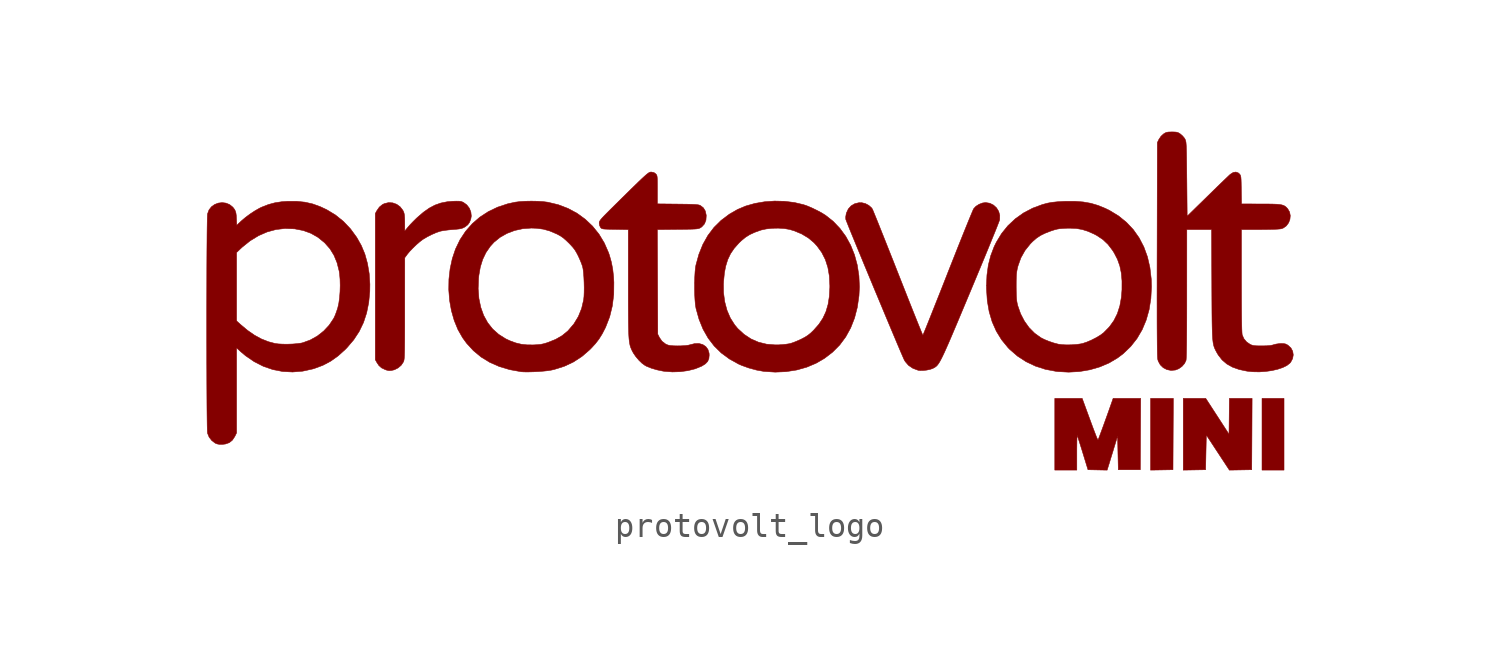
<source format=kicad_sym>
(kicad_symbol_lib
  (version 20241209)
  (generator "kicad_symbol_editor")
  (generator_version "9.0")
  (symbol "protovolt_logo"
    (pin_names
      (offset 1.016))
    (property "Reference" "#G"
      (at 0 6.729 0)
      (effects (font (size 1.27 1.27)) (hide yes)))
    (symbol "protovolt_logo_0_0"
      (polyline (pts (xy -21.552 -5.502) (xy -21.395 -5.447) (xy -21.271 -5.347) (xy -21.172 -5.198) (xy -21.1 -5.051) (xy -21.1 -3.328) (xy -21.1 -1.605) (xy -20.935 -1.756) (xy -20.728 -1.93) (xy -20.379 -2.168) (xy -20.011 -2.354) (xy -19.628 -2.485) (xy -19.233 -2.562) (xy -18.828 -2.583) (xy -18.418 -2.549) (xy -18.005 -2.458) (xy -17.943 -2.439) (xy -17.599 -2.311) (xy -17.284 -2.144) (xy -16.986 -1.932) (xy -16.695 -1.67) (xy -16.622 -1.595) (xy -16.351 -1.277) (xy -16.13 -0.94) (xy -15.956 -0.579) (xy -15.828 -0.19) (xy -15.743 0.232) (xy -15.7 0.69) (xy -15.696 0.975) (xy -15.724 1.404) (xy -15.793 1.815) (xy -15.9 2.199) (xy -16.045 2.546) (xy -16.229 2.873) (xy -16.481 3.218) (xy -16.77 3.523) (xy -17.093 3.783) (xy -17.446 3.996) (xy -17.704 4.117) (xy -18.015 4.23) (xy -18.328 4.301) (xy -18.658 4.335) (xy -19.022 4.336) (xy -19.268 4.319) (xy -19.547 4.276) (xy -19.81 4.205) (xy -20.076 4.101) (xy -20.165 4.059) (xy -20.353 3.952) (xy -20.551 3.822) (xy -20.741 3.681) (xy -20.904 3.542) (xy -21.093 3.365) (xy -21.105 3.633) (xy -21.112 3.761) (xy -21.126 3.864) (xy -21.149 3.941) (xy -21.183 4.009) (xy -21.251 4.098) (xy -21.38 4.202) (xy -21.527 4.263) (xy -21.684 4.283) (xy -21.841 4.264) (xy -21.989 4.207) (xy -22.117 4.115) (xy -22.216 3.988) (xy -22.276 3.828) (xy -22.278 3.816) (xy -22.282 3.746) (xy -22.286 3.624) (xy -22.289 3.454) (xy -22.293 3.24) (xy -22.296 2.985) (xy -22.298 2.694) (xy -22.301 2.37) (xy -22.303 2.018) (xy -22.305 1.641) (xy -22.306 1.243) (xy -22.307 0.829) (xy -22.308 0.401) (xy -22.309 -0.035) (xy -22.309 -0.477) (xy -22.309 -0.512) (xy -21.1 -0.512) (xy -21.1 0.874) (xy -21.1 2.26) (xy -20.949 2.405) (xy -20.872 2.477) (xy -20.55 2.735) (xy -20.213 2.941) (xy -19.863 3.094) (xy -19.503 3.192) (xy -19.135 3.235) (xy -18.763 3.221) (xy -18.729 3.217) (xy -18.392 3.151) (xy -18.086 3.039) (xy -17.806 2.88) (xy -17.545 2.669) (xy -17.521 2.646) (xy -17.314 2.412) (xy -17.151 2.147) (xy -17.027 1.847) (xy -16.941 1.507) (xy -16.924 1.395) (xy -16.905 1.172) (xy -16.899 0.925) (xy -16.906 0.67) (xy -16.925 0.423) (xy -16.956 0.202) (xy -16.997 0.02) (xy -17.009 -0.018) (xy -17.054 -0.152) (xy -17.101 -0.277) (xy -17.142 -0.369) (xy -17.17 -0.422) (xy -17.347 -0.686) (xy -17.567 -0.921) (xy -17.823 -1.123) (xy -18.107 -1.283) (xy -18.41 -1.395) (xy -18.483 -1.412) (xy -18.643 -1.434) (xy -18.832 -1.449) (xy -19.035 -1.456) (xy -19.232 -1.454) (xy -19.409 -1.444) (xy -19.546 -1.425) (xy -19.81 -1.355) (xy -20.096 -1.242) (xy -20.375 -1.09) (xy -20.657 -0.894) (xy -20.949 -0.649) (xy -21.1 -0.512) (xy -22.309 -0.512) (xy -22.309 -0.92) (xy -22.309 -1.361) (xy -22.308 -1.794) (xy -22.308 -2.217) (xy -22.306 -2.626) (xy -22.305 -3.016) (xy -22.303 -3.384) (xy -22.301 -3.726) (xy -22.299 -4.038) (xy -22.296 -4.316) (xy -22.293 -4.555) (xy -22.29 -4.753) (xy -22.286 -4.905) (xy -22.282 -5.008) (xy -22.278 -5.056) (xy -22.276 -5.066) (xy -22.212 -5.223) (xy -22.104 -5.362) (xy -21.967 -5.466) (xy -21.892 -5.498) (xy -21.799 -5.515) (xy -21.671 -5.515) (xy -21.552 -5.502)) (stroke (width 0.01) (type default)) (fill (type outline)))
      (polyline (pts (xy -14.841 -2.524) (xy -14.73 -2.5) (xy -14.698 -2.491) (xy -14.552 -2.417) (xy -14.425 -2.307) (xy -14.337 -2.174) (xy -14.329 -2.156) (xy -14.32 -2.127) (xy -14.312 -2.092) (xy -14.305 -2.044) (xy -14.3 -1.981) (xy -14.295 -1.897) (xy -14.292 -1.789) (xy -14.289 -1.653) (xy -14.287 -1.484) (xy -14.285 -1.278) (xy -14.284 -1.031) (xy -14.283 -0.739) (xy -14.283 -0.398) (xy -14.283 -0.004) (xy -14.282 2.049) (xy -14.184 2.182) (xy -14.174 2.197) (xy -14.076 2.312) (xy -13.95 2.443) (xy -13.812 2.576) (xy -13.678 2.693) (xy -13.563 2.781) (xy -13.543 2.795) (xy -13.378 2.893) (xy -13.194 2.987) (xy -13.013 3.066) (xy -12.856 3.12) (xy -12.776 3.138) (xy -12.644 3.159) (xy -12.49 3.178) (xy -12.333 3.192) (xy -12.195 3.203) (xy -12.075 3.216) (xy -11.988 3.233) (xy -11.919 3.257) (xy -11.855 3.29) (xy -11.829 3.306) (xy -11.727 3.386) (xy -11.657 3.484) (xy -11.605 3.62) (xy -11.585 3.739) (xy -11.603 3.903) (xy -11.665 4.058) (xy -11.767 4.191) (xy -11.902 4.29) (xy -11.959 4.316) (xy -12.018 4.333) (xy -12.092 4.341) (xy -12.194 4.342) (xy -12.339 4.337) (xy -12.566 4.317) (xy -12.821 4.266) (xy -13.059 4.182) (xy -13.291 4.059) (xy -13.527 3.892) (xy -13.776 3.678) (xy -13.831 3.626) (xy -13.948 3.51) (xy -14.058 3.396) (xy -14.142 3.3) (xy -14.282 3.132) (xy -14.283 3.472) (xy -14.283 3.521) (xy -14.287 3.67) (xy -14.296 3.779) (xy -14.312 3.86) (xy -14.337 3.927) (xy -14.36 3.972) (xy -14.469 4.113) (xy -14.609 4.215) (xy -14.77 4.273) (xy -14.94 4.283) (xy -15.11 4.242) (xy -15.188 4.203) (xy -15.313 4.101) (xy -15.414 3.955) (xy -15.476 3.84) (xy -15.476 0.877) (xy -15.476 -2.085) (xy -15.404 -2.212) (xy -15.33 -2.321) (xy -15.22 -2.418) (xy -15.072 -2.488) (xy -15.014 -2.508) (xy -14.926 -2.526) (xy -14.841 -2.524)) (stroke (width 0.01) (type default)) (fill (type outline)))
      (polyline (pts (xy -9.219 -2.579) (xy -9.026 -2.573) (xy -8.827 -2.562) (xy -8.636 -2.546) (xy -8.47 -2.528) (xy -8.342 -2.507) (xy -8.219 -2.479) (xy -7.817 -2.352) (xy -7.446 -2.178) (xy -7.105 -1.956) (xy -6.788 -1.683) (xy -6.738 -1.633) (xy -6.558 -1.439) (xy -6.411 -1.249) (xy -6.281 -1.041) (xy -6.155 -0.797) (xy -6.136 -0.756) (xy -5.976 -0.344) (xy -5.869 0.095) (xy -5.811 0.559) (xy -5.806 1.05) (xy -5.819 1.284) (xy -5.853 1.59) (xy -5.908 1.873) (xy -5.986 2.15) (xy -6.022 2.255) (xy -6.193 2.646) (xy -6.409 3.004) (xy -6.668 3.326) (xy -6.965 3.608) (xy -7.298 3.85) (xy -7.664 4.047) (xy -8.06 4.198) (xy -8.483 4.299) (xy -8.488 4.3) (xy -8.678 4.324) (xy -8.904 4.338) (xy -9.149 4.343) (xy -9.392 4.338) (xy -9.617 4.324) (xy -9.803 4.301) (xy -10.111 4.234) (xy -10.52 4.098) (xy -10.897 3.917) (xy -11.241 3.693) (xy -11.548 3.426) (xy -11.816 3.121) (xy -12.043 2.778) (xy -12.225 2.4) (xy -12.355 2.013) (xy -12.444 1.601) (xy -12.492 1.176) (xy -12.498 0.793) (xy -11.307 0.793) (xy -11.291 1.215) (xy -11.279 1.331) (xy -11.219 1.675) (xy -11.124 1.98) (xy -10.992 2.256) (xy -10.818 2.509) (xy -10.663 2.679) (xy -10.418 2.877) (xy -10.137 3.036) (xy -9.828 3.153) (xy -9.495 3.226) (xy -9.148 3.251) (xy -8.936 3.243) (xy -8.663 3.206) (xy -8.402 3.132) (xy -8.129 3.016) (xy -8.105 3.005) (xy -7.982 2.938) (xy -7.874 2.865) (xy -7.765 2.773) (xy -7.636 2.65) (xy -7.585 2.598) (xy -7.477 2.482) (xy -7.395 2.377) (xy -7.325 2.265) (xy -7.254 2.129) (xy -7.221 2.058) (xy -7.159 1.918) (xy -7.107 1.785) (xy -7.073 1.683) (xy -7.054 1.589) (xy -7.036 1.437) (xy -7.022 1.254) (xy -7.013 1.053) (xy -7.008 0.848) (xy -7.01 0.652) (xy -7.017 0.48) (xy -7.031 0.344) (xy -7.113 -0.008) (xy -7.246 -0.336) (xy -7.428 -0.635) (xy -7.658 -0.904) (xy -7.681 -0.927) (xy -7.905 -1.11) (xy -8.166 -1.26) (xy -8.472 -1.383) (xy -8.529 -1.402) (xy -8.659 -1.44) (xy -8.778 -1.464) (xy -8.91 -1.477) (xy -9.076 -1.485) (xy -9.323 -1.483) (xy -9.557 -1.458) (xy -9.78 -1.405) (xy -10.014 -1.32) (xy -10.19 -1.238) (xy -10.475 -1.058) (xy -10.72 -0.839) (xy -10.923 -0.582) (xy -11.084 -0.289) (xy -11.202 0.039) (xy -11.277 0.4) (xy -11.307 0.793) (xy -12.498 0.793) (xy -12.498 0.745) (xy -12.465 0.318) (xy -12.391 -0.097) (xy -12.278 -0.493) (xy -12.127 -0.862) (xy -11.938 -1.194) (xy -11.775 -1.418) (xy -11.498 -1.72) (xy -11.185 -1.978) (xy -10.836 -2.192) (xy -10.449 -2.362) (xy -10.026 -2.488) (xy -9.565 -2.571) (xy -9.526 -2.575) (xy -9.391 -2.58) (xy -9.219 -2.579)) (stroke (width 0.01) (type default)) (fill (type outline)))
      (polyline (pts (xy -3.112 -2.57) (xy -2.8 -2.527) (xy -2.511 -2.454) (xy -2.259 -2.352) (xy -2.232 -2.338) (xy -2.094 -2.25) (xy -2.004 -2.155) (xy -1.956 -2.041) (xy -1.942 -1.899) (xy -1.947 -1.819) (xy -1.993 -1.669) (xy -2.08 -1.552) (xy -2.201 -1.471) (xy -2.352 -1.429) (xy -2.525 -1.431) (xy -2.715 -1.478) (xy -2.79 -1.497) (xy -2.918 -1.513) (xy -3.071 -1.522) (xy -3.234 -1.525) (xy -3.39 -1.521) (xy -3.522 -1.51) (xy -3.613 -1.491) (xy -3.711 -1.448) (xy -3.855 -1.336) (xy -3.961 -1.184) (xy -4.027 -1.05) (xy -4.035 1.07) (xy -4.044 3.19) (xy -3.216 3.199) (xy -2.998 3.201) (xy -2.803 3.204) (xy -2.652 3.207) (xy -2.538 3.212) (xy -2.455 3.218) (xy -2.395 3.227) (xy -2.352 3.238) (xy -2.318 3.252) (xy -2.286 3.271) (xy -2.241 3.302) (xy -2.134 3.42) (xy -2.074 3.57) (xy -2.062 3.75) (xy -2.064 3.78) (xy -2.101 3.945) (xy -2.178 4.072) (xy -2.296 4.164) (xy -2.326 4.178) (xy -2.369 4.19) (xy -2.428 4.199) (xy -2.511 4.207) (xy -2.625 4.212) (xy -2.775 4.217) (xy -2.97 4.22) (xy -3.215 4.223) (xy -4.042 4.232) (xy -4.042 4.807) (xy -4.042 4.95) (xy -4.043 5.11) (xy -4.045 5.226) (xy -4.05 5.308) (xy -4.058 5.363) (xy -4.071 5.4) (xy -4.088 5.427) (xy -4.112 5.452) (xy -4.18 5.501) (xy -4.289 5.523) (xy -4.309 5.522) (xy -4.334 5.518) (xy -4.363 5.508) (xy -4.398 5.488) (xy -4.442 5.456) (xy -4.499 5.41) (xy -4.572 5.345) (xy -4.664 5.26) (xy -4.778 5.152) (xy -4.917 5.017) (xy -5.085 4.854) (xy -5.284 4.658) (xy -5.518 4.428) (xy -5.789 4.16) (xy -5.946 4.005) (xy -6.088 3.863) (xy -6.197 3.752) (xy -6.277 3.667) (xy -6.333 3.602) (xy -6.369 3.553) (xy -6.389 3.515) (xy -6.398 3.482) (xy -6.4 3.449) (xy -6.386 3.359) (xy -6.346 3.275) (xy -6.339 3.268) (xy -6.318 3.246) (xy -6.29 3.23) (xy -6.247 3.218) (xy -6.181 3.211) (xy -6.082 3.206) (xy -5.944 3.202) (xy -5.756 3.199) (xy -5.221 3.189) (xy -5.221 1.018) (xy -5.221 0.756) (xy -5.221 0.357) (xy -5.22 0.01) (xy -5.218 -0.291) (xy -5.216 -0.549) (xy -5.212 -0.769) (xy -5.207 -0.954) (xy -5.2 -1.109) (xy -5.191 -1.238) (xy -5.179 -1.344) (xy -5.165 -1.433) (xy -5.149 -1.509) (xy -5.129 -1.574) (xy -5.105 -1.635) (xy -5.079 -1.694) (xy -5.048 -1.756) (xy -5.013 -1.819) (xy -4.913 -1.964) (xy -4.792 -2.106) (xy -4.666 -2.228) (xy -4.548 -2.314) (xy -4.482 -2.35) (xy -4.29 -2.428) (xy -4.062 -2.495) (xy -3.814 -2.547) (xy -3.744 -2.557) (xy -3.431 -2.58) (xy -3.112 -2.57)) (stroke (width 0.01) (type default)) (fill (type outline)))
      (polyline (pts (xy 1.174 -2.569) (xy 1.603 -2.502) (xy 2.01 -2.388) (xy 2.388 -2.229) (xy 2.731 -2.03) (xy 3.06 -1.778) (xy 3.348 -1.488) (xy 3.592 -1.16) (xy 3.793 -0.795) (xy 3.95 -0.395) (xy 4.062 0.039) (xy 4.129 0.506) (xy 4.147 0.866) (xy 4.127 1.317) (xy 4.06 1.752) (xy 3.948 2.165) (xy 3.792 2.554) (xy 3.595 2.913) (xy 3.357 3.238) (xy 3.082 3.526) (xy 2.769 3.773) (xy 2.762 3.777) (xy 2.608 3.872) (xy 2.424 3.97) (xy 2.229 4.064) (xy 2.043 4.144) (xy 1.885 4.199) (xy 1.513 4.287) (xy 1.114 4.336) (xy 0.707 4.346) (xy 0.302 4.317) (xy -0.09 4.25) (xy -0.458 4.146) (xy -0.791 4.006) (xy -1.125 3.814) (xy -1.458 3.564) (xy -1.748 3.277) (xy -1.994 2.952) (xy -2.198 2.589) (xy -2.36 2.187) (xy -2.481 1.746) (xy -2.497 1.652) (xy -2.515 1.476) (xy -2.527 1.265) (xy -2.534 1.033) (xy -2.534 1.026) (xy -1.365 1.026) (xy -1.325 1.438) (xy -1.273 1.707) (xy -1.19 1.974) (xy -1.077 2.212) (xy -0.927 2.432) (xy -0.734 2.648) (xy -0.635 2.743) (xy -0.471 2.878) (xy -0.297 2.987) (xy -0.097 3.079) (xy 0.144 3.165) (xy 0.161 3.171) (xy 0.368 3.216) (xy 0.607 3.243) (xy 0.858 3.248) (xy 1.099 3.233) (xy 1.311 3.197) (xy 1.512 3.137) (xy 1.809 3.012) (xy 2.076 2.852) (xy 2.301 2.664) (xy 2.428 2.526) (xy 2.62 2.263) (xy 2.766 1.975) (xy 2.868 1.658) (xy 2.929 1.308) (xy 2.948 0.919) (xy 2.948 0.849) (xy 2.928 0.481) (xy 2.876 0.154) (xy 2.79 -0.138) (xy 2.667 -0.403) (xy 2.505 -0.648) (xy 2.3 -0.88) (xy 2.288 -0.893) (xy 2.166 -1.01) (xy 2.057 -1.097) (xy 1.941 -1.171) (xy 1.797 -1.247) (xy 1.727 -1.28) (xy 1.587 -1.341) (xy 1.454 -1.393) (xy 1.352 -1.426) (xy 1.294 -1.439) (xy 1.165 -1.458) (xy 1.014 -1.474) (xy 0.863 -1.483) (xy 0.737 -1.484) (xy 0.383 -1.455) (xy 0.055 -1.374) (xy -0.248 -1.242) (xy -0.528 -1.057) (xy -0.786 -0.82) (xy -0.908 -0.674) (xy -1.085 -0.396) (xy -1.22 -0.082) (xy -1.312 0.262) (xy -1.361 0.633) (xy -1.365 1.026) (xy -2.534 1.026) (xy -2.535 0.792) (xy -2.53 0.556) (xy -2.518 0.338) (xy -2.502 0.15) (xy -2.479 0.007) (xy -2.477 -0.004) (xy -2.354 -0.445) (xy -2.191 -0.847) (xy -1.986 -1.208) (xy -1.74 -1.529) (xy -1.452 -1.812) (xy -1.122 -2.055) (xy -0.75 -2.261) (xy -0.617 -2.319) (xy -0.329 -2.422) (xy -0.028 -2.504) (xy 0.259 -2.556) (xy 0.284 -2.559) (xy 0.732 -2.588) (xy 1.174 -2.569)) (stroke (width 0.01) (type default)) (fill (type outline)))
      (polyline (pts (xy 6.732 -2.521) (xy 6.873 -2.506) (xy 7.005 -2.479) (xy 7.107 -2.444) (xy 7.137 -2.43) (xy 7.178 -2.409) (xy 7.216 -2.386) (xy 7.253 -2.359) (xy 7.29 -2.325) (xy 7.328 -2.279) (xy 7.369 -2.22) (xy 7.415 -2.144) (xy 7.466 -2.048) (xy 7.525 -1.93) (xy 7.593 -1.786) (xy 7.671 -1.612) (xy 7.762 -1.407) (xy 7.865 -1.167) (xy 7.983 -0.889) (xy 8.118 -0.571) (xy 8.27 -0.208) (xy 8.442 0.202) (xy 8.635 0.662) (xy 8.766 0.976) (xy 8.921 1.348) (xy 9.069 1.704) (xy 9.209 2.041) (xy 9.338 2.354) (xy 9.455 2.64) (xy 9.559 2.896) (xy 9.649 3.116) (xy 9.722 3.299) (xy 9.777 3.44) (xy 9.813 3.535) (xy 9.829 3.581) (xy 9.832 3.6) (xy 9.836 3.771) (xy 9.791 3.931) (xy 9.704 4.072) (xy 9.581 4.184) (xy 9.432 4.258) (xy 9.262 4.285) (xy 9.138 4.268) (xy 8.995 4.214) (xy 8.869 4.133) (xy 8.779 4.037) (xy 8.777 4.032) (xy 8.752 3.98) (xy 8.709 3.879) (xy 8.648 3.733) (xy 8.571 3.546) (xy 8.48 3.322) (xy 8.376 3.065) (xy 8.261 2.778) (xy 8.136 2.466) (xy 8.004 2.132) (xy 7.865 1.781) (xy 7.721 1.417) (xy 7.686 1.326) (xy 7.545 0.968) (xy 7.41 0.626) (xy 7.282 0.305) (xy 7.164 0.008) (xy 7.057 -0.262) (xy 6.962 -0.5) (xy 6.88 -0.704) (xy 6.813 -0.869) (xy 6.763 -0.991) (xy 6.731 -1.067) (xy 6.718 -1.093) (xy 6.717 -1.091) (xy 6.699 -1.051) (xy 6.662 -0.962) (xy 6.607 -0.827) (xy 6.536 -0.652) (xy 6.45 -0.438) (xy 6.351 -0.191) (xy 6.24 0.087) (xy 6.119 0.392) (xy 5.99 0.719) (xy 5.853 1.066) (xy 5.71 1.428) (xy 5.676 1.514) (xy 5.534 1.876) (xy 5.396 2.222) (xy 5.266 2.55) (xy 5.145 2.855) (xy 5.034 3.133) (xy 4.935 3.381) (xy 4.849 3.595) (xy 4.777 3.771) (xy 4.723 3.904) (xy 4.686 3.992) (xy 4.668 4.03) (xy 4.634 4.077) (xy 4.525 4.172) (xy 4.389 4.244) (xy 4.245 4.279) (xy 4.133 4.28) (xy 3.961 4.24) (xy 3.813 4.154) (xy 3.697 4.026) (xy 3.621 3.863) (xy 3.614 3.837) (xy 3.592 3.71) (xy 3.594 3.606) (xy 3.598 3.596) (xy 3.62 3.537) (xy 3.662 3.431) (xy 3.721 3.282) (xy 3.797 3.095) (xy 3.888 2.874) (xy 3.991 2.623) (xy 4.105 2.347) (xy 4.228 2.049) (xy 4.357 1.735) (xy 4.493 1.408) (xy 4.632 1.073) (xy 4.773 0.733) (xy 4.915 0.394) (xy 5.054 0.06) (xy 5.19 -0.266) (xy 5.321 -0.579) (xy 5.445 -0.874) (xy 5.56 -1.147) (xy 5.664 -1.395) (xy 5.756 -1.612) (xy 5.834 -1.795) (xy 5.896 -1.938) (xy 5.94 -2.039) (xy 5.965 -2.093) (xy 6.004 -2.159) (xy 6.138 -2.314) (xy 6.314 -2.433) (xy 6.53 -2.514) (xy 6.605 -2.523) (xy 6.732 -2.521)) (stroke (width 0.01) (type default)) (fill (type outline)))
      (polyline (pts (xy 13.064 -2.565) (xy 13.488 -2.493) (xy 13.892 -2.376) (xy 14.27 -2.215) (xy 14.614 -2.011) (xy 14.846 -1.835) (xy 15.144 -1.548) (xy 15.398 -1.226) (xy 15.607 -0.869) (xy 15.771 -0.478) (xy 15.89 -0.056) (xy 15.961 0.396) (xy 15.986 0.877) (xy 15.976 1.192) (xy 15.922 1.654) (xy 15.822 2.087) (xy 15.676 2.487) (xy 15.485 2.855) (xy 15.25 3.188) (xy 14.971 3.484) (xy 14.65 3.744) (xy 14.288 3.964) (xy 14.117 4.048) (xy 13.822 4.169) (xy 13.526 4.256) (xy 13.216 4.31) (xy 12.88 4.336) (xy 12.503 4.335) (xy 12.44 4.333) (xy 12.172 4.317) (xy 11.954 4.294) (xy 11.778 4.262) (xy 11.567 4.206) (xy 11.169 4.058) (xy 10.801 3.865) (xy 10.466 3.627) (xy 10.168 3.348) (xy 9.911 3.03) (xy 9.696 2.676) (xy 9.607 2.493) (xy 9.47 2.131) (xy 9.373 1.753) (xy 9.317 1.347) (xy 9.298 0.919) (xy 10.502 0.919) (xy 10.503 1.113) (xy 10.506 1.263) (xy 10.513 1.383) (xy 10.525 1.484) (xy 10.542 1.579) (xy 10.565 1.679) (xy 10.575 1.718) (xy 10.692 2.045) (xy 10.859 2.343) (xy 11.076 2.613) (xy 11.17 2.708) (xy 11.324 2.842) (xy 11.487 2.951) (xy 11.675 3.043) (xy 11.903 3.131) (xy 11.917 3.136) (xy 12.049 3.179) (xy 12.16 3.208) (xy 12.268 3.226) (xy 12.395 3.237) (xy 12.559 3.245) (xy 12.679 3.247) (xy 12.941 3.235) (xy 13.179 3.193) (xy 13.413 3.119) (xy 13.664 3.007) (xy 13.771 2.95) (xy 14.016 2.787) (xy 14.224 2.59) (xy 14.407 2.35) (xy 14.476 2.24) (xy 14.608 1.984) (xy 14.703 1.716) (xy 14.763 1.427) (xy 14.791 1.108) (xy 14.79 0.748) (xy 14.767 0.45) (xy 14.704 0.098) (xy 14.603 -0.218) (xy 14.461 -0.501) (xy 14.276 -0.757) (xy 14.047 -0.99) (xy 14.04 -0.996) (xy 13.91 -1.092) (xy 13.744 -1.192) (xy 13.558 -1.287) (xy 13.372 -1.367) (xy 13.203 -1.424) (xy 13.129 -1.441) (xy 12.954 -1.466) (xy 12.755 -1.48) (xy 12.551 -1.484) (xy 12.363 -1.475) (xy 12.211 -1.455) (xy 12.207 -1.454) (xy 12.025 -1.406) (xy 11.831 -1.341) (xy 11.649 -1.267) (xy 11.5 -1.192) (xy 11.496 -1.189) (xy 11.248 -1.01) (xy 11.025 -0.785) (xy 10.835 -0.52) (xy 10.68 -0.223) (xy 10.567 0.101) (xy 10.564 0.112) (xy 10.542 0.203) (xy 10.526 0.293) (xy 10.515 0.394) (xy 10.508 0.517) (xy 10.504 0.674) (xy 10.502 0.877) (xy 10.502 0.919) (xy 9.298 0.919) (xy 9.298 0.906) (xy 9.299 0.786) (xy 9.33 0.306) (xy 9.407 -0.139) (xy 9.528 -0.549) (xy 9.696 -0.928) (xy 9.91 -1.276) (xy 10.17 -1.594) (xy 10.244 -1.67) (xy 10.555 -1.939) (xy 10.901 -2.164) (xy 11.278 -2.343) (xy 11.683 -2.474) (xy 12.114 -2.556) (xy 12.184 -2.565) (xy 12.627 -2.589) (xy 13.064 -2.565)) (stroke (width 0.01) (type default)) (fill (type outline)))
      (polyline (pts (xy 14.262 -6.322) (xy 14.276 -6.279) (xy 14.316 -6.146) (xy 14.366 -5.983) (xy 14.421 -5.806) (xy 14.474 -5.63) (xy 14.613 -5.176) (xy 14.627 -5.86) (xy 14.642 -6.544) (xy 15.088 -6.544) (xy 15.533 -6.544) (xy 15.541 -5.099) (xy 15.548 -3.653) (xy 14.99 -3.653) (xy 14.431 -3.653) (xy 14.404 -3.732) (xy 14.346 -3.896) (xy 14.267 -4.121) (xy 14.187 -4.345) (xy 14.109 -4.561) (xy 14.036 -4.764) (xy 13.969 -4.946) (xy 13.912 -5.1) (xy 13.867 -5.22) (xy 13.836 -5.299) (xy 13.822 -5.33) (xy 13.82 -5.332) (xy 13.812 -5.327) (xy 13.798 -5.306) (xy 13.778 -5.264) (xy 13.75 -5.197) (xy 13.712 -5.1) (xy 13.662 -4.97) (xy 13.599 -4.803) (xy 13.522 -4.594) (xy 13.428 -4.339) (xy 13.316 -4.034) (xy 13.177 -3.653) (xy 12.622 -3.653) (xy 12.067 -3.653) (xy 12.067 -5.106) (xy 12.067 -6.559) (xy 12.513 -6.559) (xy 12.959 -6.559) (xy 12.959 -5.849) (xy 12.959 -5.695) (xy 12.961 -5.517) (xy 12.963 -5.367) (xy 12.966 -5.251) (xy 12.97 -5.178) (xy 12.974 -5.155) (xy 12.983 -5.175) (xy 13.007 -5.244) (xy 13.043 -5.354) (xy 13.089 -5.498) (xy 13.143 -5.668) (xy 13.201 -5.857) (xy 13.412 -6.544) (xy 13.8 -6.552) (xy 14.188 -6.56) (xy 14.262 -6.322)) (stroke (width 0.01) (type default)) (fill (type outline)))
      (polyline (pts (xy 16.404 -6.552) (xy 16.857 -6.544) (xy 16.864 -5.099) (xy 16.872 -3.653) (xy 16.411 -3.653) (xy 15.95 -3.653) (xy 15.95 -5.107) (xy 15.95 -6.56) (xy 16.404 -6.552)) (stroke (width 0.01) (type default)) (fill (type outline)))
      (polyline (pts (xy 19.596 -6.552) (xy 20.049 -6.544) (xy 20.057 -5.099) (xy 20.064 -3.653) (xy 19.604 -3.653) (xy 19.144 -3.653) (xy 19.137 -4.38) (xy 19.129 -5.106) (xy 18.658 -4.38) (xy 18.186 -3.653) (xy 17.73 -3.653) (xy 17.274 -3.653) (xy 17.274 -5.107) (xy 17.274 -6.56) (xy 17.727 -6.552) (xy 18.18 -6.544) (xy 18.194 -5.84) (xy 18.209 -5.136) (xy 18.676 -5.848) (xy 19.144 -6.56) (xy 19.596 -6.552)) (stroke (width 0.01) (type default)) (fill (type outline)))
      (polyline (pts (xy 20.616 -2.561) (xy 20.868 -2.525) (xy 21.101 -2.472) (xy 21.306 -2.403) (xy 21.473 -2.321) (xy 21.594 -2.226) (xy 21.632 -2.18) (xy 21.707 -2.039) (xy 21.733 -1.889) (xy 21.71 -1.742) (xy 21.639 -1.609) (xy 21.521 -1.5) (xy 21.503 -1.488) (xy 21.425 -1.448) (xy 21.343 -1.431) (xy 21.231 -1.429) (xy 21.157 -1.434) (xy 21.032 -1.452) (xy 20.93 -1.479) (xy 20.904 -1.488) (xy 20.797 -1.509) (xy 20.652 -1.521) (xy 20.458 -1.524) (xy 20.329 -1.524) (xy 20.208 -1.519) (xy 20.12 -1.509) (xy 20.05 -1.491) (xy 19.987 -1.464) (xy 19.843 -1.366) (xy 19.731 -1.232) (xy 19.664 -1.077) (xy 19.66 -1.058) (xy 19.654 -0.978) (xy 19.648 -0.844) (xy 19.643 -0.655) (xy 19.639 -0.412) (xy 19.636 -0.114) (xy 19.634 0.241) (xy 19.633 0.652) (xy 19.632 1.12) (xy 19.632 3.193) (xy 20.387 3.193) (xy 20.469 3.193) (xy 20.705 3.196) (xy 20.908 3.2) (xy 21.071 3.206) (xy 21.19 3.215) (xy 21.256 3.225) (xy 21.335 3.256) (xy 21.455 3.344) (xy 21.544 3.465) (xy 21.598 3.606) (xy 21.612 3.755) (xy 21.584 3.901) (xy 21.509 4.031) (xy 21.501 4.04) (xy 21.453 4.093) (xy 21.402 4.135) (xy 21.344 4.167) (xy 21.269 4.191) (xy 21.172 4.207) (xy 21.046 4.218) (xy 20.882 4.224) (xy 20.675 4.227) (xy 20.418 4.228) (xy 19.636 4.229) (xy 19.627 4.802) (xy 19.625 4.917) (xy 19.622 5.084) (xy 19.618 5.207) (xy 19.612 5.293) (xy 19.603 5.352) (xy 19.59 5.392) (xy 19.572 5.422) (xy 19.548 5.449) (xy 19.505 5.487) (xy 19.406 5.523) (xy 19.297 5.504) (xy 19.18 5.43) (xy 19.173 5.424) (xy 19.12 5.375) (xy 19.032 5.291) (xy 18.914 5.178) (xy 18.772 5.041) (xy 18.611 4.885) (xy 18.436 4.714) (xy 18.252 4.534) (xy 17.432 3.732) (xy 17.418 5.239) (xy 17.417 5.276) (xy 17.414 5.604) (xy 17.411 5.879) (xy 17.408 6.108) (xy 17.405 6.294) (xy 17.401 6.443) (xy 17.397 6.56) (xy 17.391 6.649) (xy 17.385 6.717) (xy 17.377 6.766) (xy 17.367 6.804) (xy 17.356 6.833) (xy 17.343 6.861) (xy 17.322 6.896) (xy 17.247 6.986) (xy 17.161 7.062) (xy 17.146 7.072) (xy 17.08 7.113) (xy 17.016 7.136) (xy 16.934 7.146) (xy 16.816 7.148) (xy 16.801 7.148) (xy 16.686 7.145) (xy 16.607 7.134) (xy 16.543 7.109) (xy 16.474 7.066) (xy 16.371 6.971) (xy 16.289 6.85) (xy 16.224 6.717) (xy 16.215 2.402) (xy 16.214 2.069) (xy 16.213 1.468) (xy 16.213 0.921) (xy 16.212 0.427) (xy 16.213 -0.016) (xy 16.213 -0.41) (xy 16.214 -0.757) (xy 16.216 -1.059) (xy 16.218 -1.318) (xy 16.22 -1.535) (xy 16.223 -1.713) (xy 16.226 -1.853) (xy 16.23 -1.958) (xy 16.235 -2.029) (xy 16.239 -2.067) (xy 16.26 -2.141) (xy 16.342 -2.291) (xy 16.462 -2.408) (xy 16.611 -2.486) (xy 16.78 -2.519) (xy 16.96 -2.502) (xy 17.091 -2.45) (xy 17.221 -2.358) (xy 17.324 -2.241) (xy 17.386 -2.114) (xy 17.386 -2.114) (xy 17.392 -2.066) (xy 17.397 -1.972) (xy 17.402 -1.831) (xy 17.406 -1.641) (xy 17.41 -1.4) (xy 17.412 -1.108) (xy 17.415 -0.764) (xy 17.416 -0.366) (xy 17.417 0.087) (xy 17.417 0.597) (xy 17.418 3.193) (xy 17.919 3.193) (xy 18.422 3.193) (xy 18.432 0.971) (xy 18.432 0.887) (xy 18.434 0.47) (xy 18.436 0.106) (xy 18.438 -0.209) (xy 18.441 -0.481) (xy 18.445 -0.712) (xy 18.45 -0.907) (xy 18.456 -1.071) (xy 18.464 -1.206) (xy 18.475 -1.318) (xy 18.487 -1.411) (xy 18.503 -1.488) (xy 18.521 -1.554) (xy 18.543 -1.613) (xy 18.568 -1.669) (xy 18.597 -1.726) (xy 18.631 -1.789) (xy 18.694 -1.896) (xy 18.85 -2.095) (xy 19.041 -2.258) (xy 19.27 -2.386) (xy 19.542 -2.482) (xy 19.861 -2.549) (xy 20.094 -2.573) (xy 20.355 -2.578) (xy 20.616 -2.561)) (stroke (width 0.01) (type default)) (fill (type outline)))
      (polyline (pts (xy 21.358 -5.106) (xy 21.358 -3.653) (xy 20.913 -3.653) (xy 20.467 -3.653) (xy 20.467 -5.106) (xy 20.467 -6.559) (xy 20.913 -6.559) (xy 21.358 -6.559) (xy 21.358 -5.106)) (stroke (width 0.01) (type default)) (fill (type outline))))))
</source>
